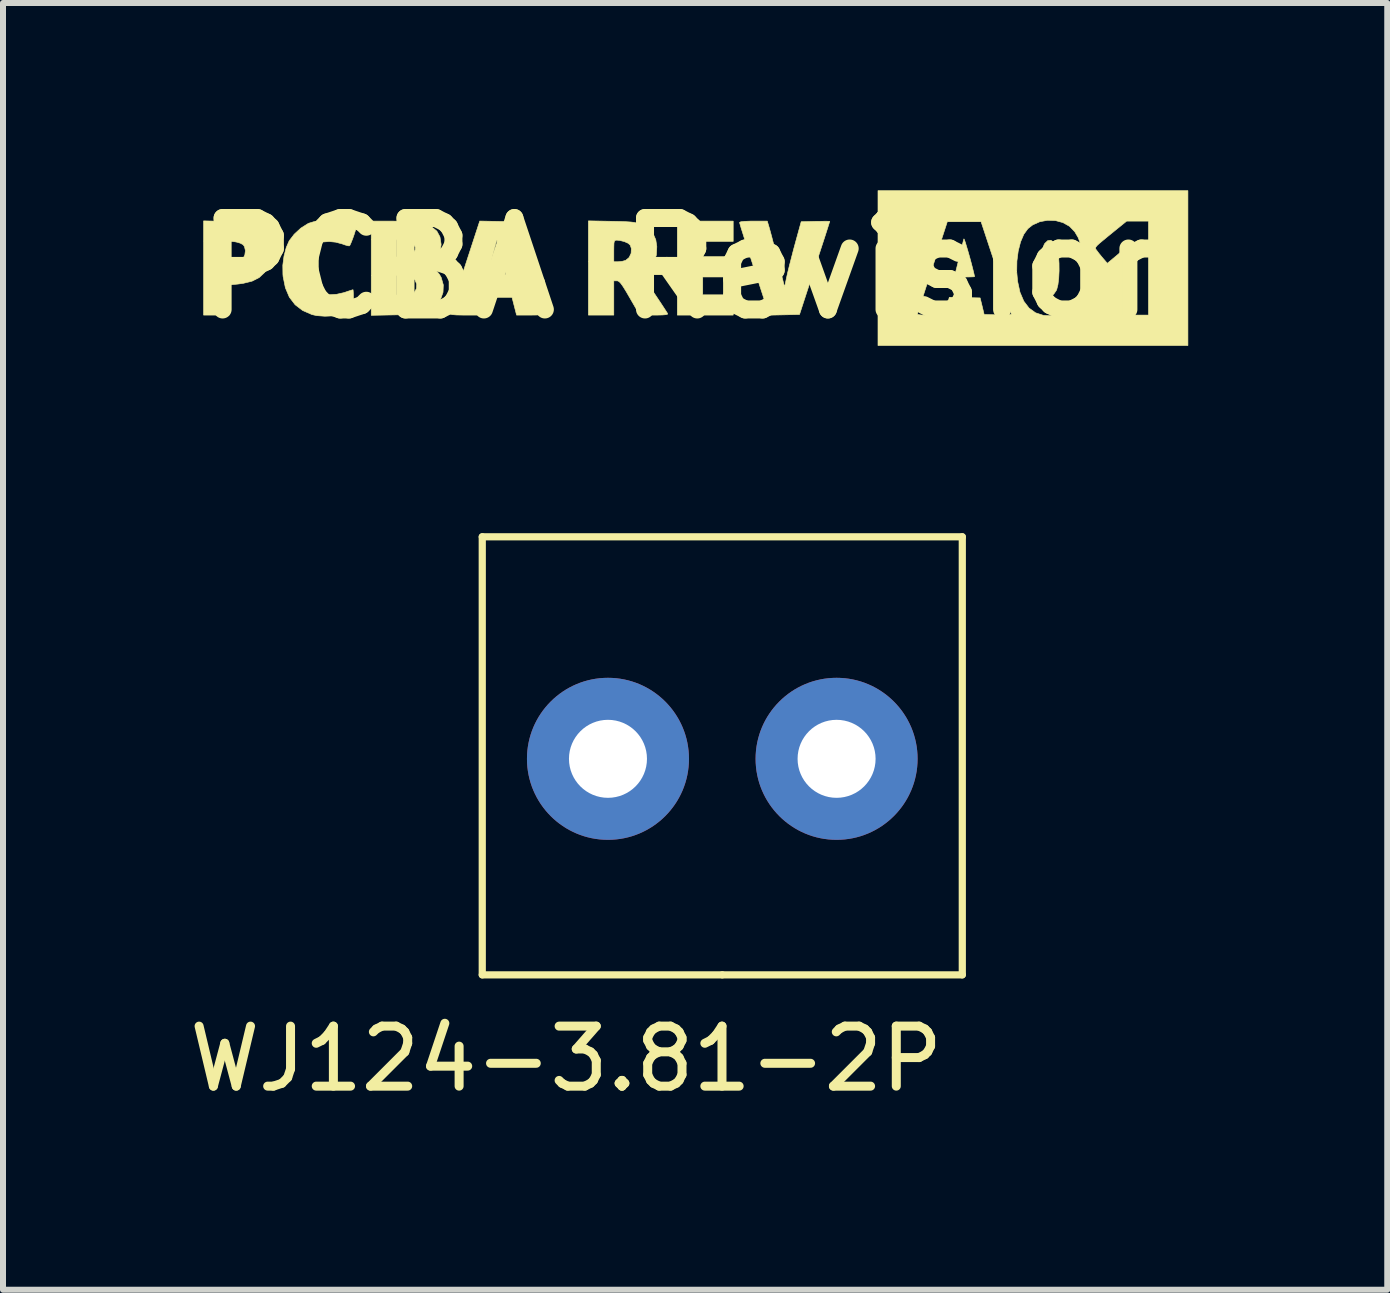
<source format=kicad_pcb>
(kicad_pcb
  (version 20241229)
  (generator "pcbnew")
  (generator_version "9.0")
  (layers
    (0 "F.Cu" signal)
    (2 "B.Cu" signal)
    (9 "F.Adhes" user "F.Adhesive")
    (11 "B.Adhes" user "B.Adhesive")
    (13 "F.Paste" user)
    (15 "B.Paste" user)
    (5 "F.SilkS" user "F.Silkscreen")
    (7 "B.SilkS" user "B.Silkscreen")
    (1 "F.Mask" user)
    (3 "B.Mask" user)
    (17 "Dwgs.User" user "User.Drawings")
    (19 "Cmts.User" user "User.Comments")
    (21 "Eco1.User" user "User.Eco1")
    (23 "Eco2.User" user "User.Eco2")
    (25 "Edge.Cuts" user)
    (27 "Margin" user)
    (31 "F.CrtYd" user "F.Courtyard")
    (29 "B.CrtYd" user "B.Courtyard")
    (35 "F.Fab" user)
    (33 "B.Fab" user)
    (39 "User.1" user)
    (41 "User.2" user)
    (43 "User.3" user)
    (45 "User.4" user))
  (footprint "WJ124-3.81-2P"
    (layer "F.Cu")
    (at 8.987 9.596)
    (property "Reference" "WJ124-3.81-2P" (at -2.6 5 0) (layer "F.SilkS") (effects (font (size 1 1) (thickness 0.15))))
    (attr through_hole)
    (fp_line (start -4 -3.7) (end 4 -3.7) (stroke (width 0.12) (type solid)) (layer "F.SilkS"))
    (fp_line (start -4 3.6) (end -4 -3.7) (stroke (width 0.12) (type solid)) (layer "F.SilkS"))
    (fp_line (start 0 3.6) (end -4 3.6) (stroke (width 0.12) (type solid)) (layer "F.SilkS"))
    (fp_line (start 0 3.6) (end 4 3.6) (stroke (width 0.12) (type solid)) (layer "F.SilkS"))
    (fp_line (start 4 3.6) (end 4 -3.7) (stroke (width 0.12) (type solid)) (layer "F.SilkS"))
    (pad "1" thru_hole circle (at -1.905 0) (size 2.7 2.7) (drill 1.3) (layers "*.Cu" "*.Mask"))
    (pad "2" thru_hole circle (at 1.905 0 180) (size 2.7 2.7) (drill 1.3) (layers "*.Cu" "*.Mask")))
  (footprint "PCBA Revision"
    (layer "F.Cu")
    (at 8.534 1.418)
    (property "Reference" "PCBA Revision" (at 0 0 0) (layer "F.SilkS") (effects (font (size 1.524 1.524) (thickness 0.3))))
    (attr through_hole)
    (fp_poly (pts (xy 0.635 -0.445) (xy 0.127 -0.445) (xy 0.127 -0.191) (xy 0.593 -0.191) (xy 0.593 0.148) (xy 0.127 0.148) (xy 0.127 0.445) (xy 0.635 0.445) (xy 0.635 0.783) (xy -0.296 0.783) (xy -0.296 -0.783) (xy 0.635 -0.783) (xy 0.635 -0.445)) (stroke (width 0.01) (type solid)) (fill yes) (layer "F.SilkS"))
    (fp_poly (pts (xy 5.98 -0.432) (xy 6.021 -0.37) (xy 6.043 -0.3) (xy 6.057 -0.199) (xy 6.065 -0.08) (xy 6.066 0.047) (xy 6.06 0.169) (xy 6.047 0.276) (xy 6.027 0.355) (xy 6.021 0.37) (xy 5.975 0.437) (xy 5.923 0.465) (xy 5.87 0.454) (xy 5.827 0.41) (xy 5.813 0.382) (xy 5.803 0.347) (xy 5.796 0.297) (xy 5.792 0.226) (xy 5.79 0.125) (xy 5.789 0) (xy 5.79 -0.134) (xy 5.792 -0.232) (xy 5.796 -0.302) (xy 5.803 -0.35) (xy 5.814 -0.385) (xy 5.827 -0.41) (xy 5.876 -0.457) (xy 5.928 -0.464) (xy 5.98 -0.432)) (stroke (width 0.01) (type solid)) (fill yes) (layer "F.SilkS"))
    (fp_poly (pts (xy 4.487 -0.475) (xy 4.503 -0.43) (xy 4.524 -0.36) (xy 4.55 -0.273) (xy 4.577 -0.178) (xy 4.603 -0.082) (xy 4.626 0.007) (xy 4.644 0.08) (xy 4.655 0.129) (xy 4.656 0.143) (xy 4.637 0.145) (xy 4.585 0.147) (xy 4.511 0.148) (xy 4.485 0.148) (xy 4.401 0.147) (xy 4.351 0.144) (xy 4.328 0.135) (xy 4.325 0.12) (xy 4.328 0.111) (xy 4.338 0.077) (xy 4.356 0.011) (xy 4.378 -0.078) (xy 4.403 -0.18) (xy 4.405 -0.191) (xy 4.43 -0.293) (xy 4.452 -0.382) (xy 4.469 -0.449) (xy 4.479 -0.485) (xy 4.48 -0.487) (xy 4.487 -0.475)) (stroke (width 0.01) (type solid)) (fill yes) (layer "F.SilkS"))
    (fp_poly (pts (xy -7.805 -0.778) (xy -7.65 -0.774) (xy -7.53 -0.767) (xy -7.438 -0.757) (xy -7.366 -0.742) (xy -7.309 -0.72) (xy -7.257 -0.69) (xy -7.206 -0.65) (xy -7.202 -0.646) (xy -7.136 -0.566) (xy -7.09 -0.459) (xy -7.066 -0.335) (xy -7.066 -0.207) (xy -7.09 -0.085) (xy -7.107 -0.039) (xy -7.174 0.072) (xy -7.264 0.157) (xy -7.382 0.217) (xy -7.531 0.254) (xy -7.619 0.266) (xy -7.768 0.281) (xy -7.768 0.783) (xy -8.191 0.783) (xy -8.191 -0.085) (xy -7.768 -0.085) (xy -7.706 -0.085) (xy -7.64 -0.093) (xy -7.592 -0.108) (xy -7.537 -0.153) (xy -7.504 -0.219) (xy -7.494 -0.292) (xy -7.51 -0.359) (xy -7.534 -0.391) (xy -7.581 -0.416) (xy -7.648 -0.435) (xy -7.672 -0.439) (xy -7.768 -0.45) (xy -7.768 -0.085) (xy -8.191 -0.085) (xy -8.191 -0.787) (xy -7.805 -0.778)) (stroke (width 0.01) (type solid)) (fill yes) (layer "F.SilkS"))
    (fp_poly (pts (xy 1.236 -0.672) (xy 1.251 -0.618) (xy 1.275 -0.53) (xy 1.304 -0.418) (xy 1.337 -0.29) (xy 1.372 -0.152) (xy 1.38 -0.123) (xy 1.491 0.315) (xy 1.528 0.142) (xy 1.546 0.062) (xy 1.573 -0.047) (xy 1.606 -0.175) (xy 1.641 -0.31) (xy 1.666 -0.402) (xy 1.768 -0.773) (xy 2.006 -0.779) (xy 2.101 -0.78) (xy 2.177 -0.781) (xy 2.228 -0.78) (xy 2.244 -0.778) (xy 2.237 -0.757) (xy 2.219 -0.7) (xy 2.191 -0.612) (xy 2.154 -0.497) (xy 2.109 -0.359) (xy 2.058 -0.203) (xy 2.003 -0.033) (xy 1.992 0.001) (xy 1.74 0.773) (xy 1.237 0.784) (xy 0.989 0.024) (xy 0.933 -0.148) (xy 0.882 -0.307) (xy 0.836 -0.449) (xy 0.798 -0.57) (xy 0.768 -0.665) (xy 0.749 -0.73) (xy 0.741 -0.759) (xy 0.741 -0.76) (xy 0.761 -0.772) (xy 0.823 -0.779) (xy 0.926 -0.783) (xy 0.972 -0.783) (xy 1.203 -0.783) (xy 1.236 -0.672)) (stroke (width 0.01) (type solid)) (fill yes) (layer "F.SilkS"))
    (fp_poly (pts (xy -3.018 -0.773) (xy -2.77 -0.021) (xy -2.713 0.149) (xy -2.662 0.308) (xy -2.616 0.449) (xy -2.577 0.57) (xy -2.547 0.664) (xy -2.528 0.728) (xy -2.52 0.756) (xy -2.52 0.757) (xy -2.532 0.769) (xy -2.571 0.777) (xy -2.643 0.782) (xy -2.747 0.783) (xy -2.975 0.783) (xy -3.013 0.635) (xy -3.051 0.487) (xy -3.551 0.487) (xy -3.589 0.635) (xy -3.628 0.783) (xy -3.856 0.783) (xy -3.974 0.781) (xy -4.049 0.775) (xy -4.083 0.764) (xy -4.085 0.76) (xy -4.079 0.735) (xy -4.061 0.675) (xy -4.032 0.583) (xy -3.995 0.465) (xy -3.95 0.325) (xy -3.899 0.167) (xy -3.888 0.132) (xy -3.451 0.132) (xy -3.451 0.132) (xy -3.431 0.143) (xy -3.383 0.148) (xy -3.319 0.149) (xy -3.251 0.146) (xy -3.193 0.139) (xy -3.158 0.128) (xy -3.153 0.122) (xy -3.158 0.09) (xy -3.171 0.029) (xy -3.19 -0.052) (xy -3.212 -0.145) (xy -3.236 -0.24) (xy -3.26 -0.328) (xy -3.28 -0.401) (xy -3.295 -0.45) (xy -3.302 -0.465) (xy -3.31 -0.446) (xy -3.325 -0.395) (xy -3.345 -0.32) (xy -3.368 -0.23) (xy -3.392 -0.134) (xy -3.414 -0.041) (xy -3.433 0.04) (xy -3.446 0.1) (xy -3.451 0.132) (xy -3.888 0.132) (xy -3.844 -0.003) (xy -3.837 -0.024) (xy -3.589 -0.784) (xy -3.018 -0.773)) (stroke (width 0.01) (type solid)) (fill yes) (layer "F.SilkS"))
    (fp_poly (pts (xy -1.392 -0.78) (xy -1.253 -0.777) (xy -1.149 -0.773) (xy -1.072 -0.768) (xy -1.015 -0.761) (xy -0.969 -0.75) (xy -0.927 -0.735) (xy -0.887 -0.717) (xy -0.774 -0.651) (xy -0.699 -0.572) (xy -0.655 -0.472) (xy -0.638 -0.358) (xy -0.646 -0.216) (xy -0.687 -0.097) (xy -0.764 0.005) (xy -0.881 0.095) (xy -0.885 0.098) (xy -0.876 0.116) (xy -0.847 0.163) (xy -0.802 0.235) (xy -0.744 0.324) (xy -0.683 0.416) (xy -0.614 0.519) (xy -0.553 0.611) (xy -0.504 0.686) (xy -0.471 0.737) (xy -0.458 0.757) (xy -0.46 0.769) (xy -0.487 0.776) (xy -0.544 0.781) (xy -0.635 0.783) (xy -0.682 0.783) (xy -0.922 0.783) (xy -1.087 0.497) (xy -1.151 0.387) (xy -1.2 0.308) (xy -1.236 0.257) (xy -1.264 0.227) (xy -1.287 0.214) (xy -1.303 0.212) (xy -1.355 0.212) (xy -1.355 0.783) (xy -1.778 0.783) (xy -1.778 -0.286) (xy -1.355 -0.286) (xy -1.355 -0.106) (xy -1.282 -0.106) (xy -1.214 -0.113) (xy -1.157 -0.129) (xy -1.099 -0.177) (xy -1.066 -0.247) (xy -1.062 -0.326) (xy -1.08 -0.381) (xy -1.116 -0.414) (xy -1.179 -0.442) (xy -1.255 -0.461) (xy -1.307 -0.466) (xy -1.33 -0.463) (xy -1.344 -0.451) (xy -1.352 -0.419) (xy -1.354 -0.361) (xy -1.355 -0.286) (xy -1.778 -0.286) (xy -1.778 -0.787) (xy -1.392 -0.78)) (stroke (width 0.01) (type solid)) (fill yes) (layer "F.SilkS"))
    (fp_poly (pts (xy -5.968 -0.79) (xy -5.847 -0.772) (xy -5.779 -0.754) (xy -5.713 -0.73) (xy -5.664 -0.71) (xy -5.647 -0.701) (xy -5.648 -0.677) (xy -5.661 -0.627) (xy -5.682 -0.56) (xy -5.707 -0.489) (xy -5.732 -0.426) (xy -5.752 -0.382) (xy -5.76 -0.371) (xy -5.784 -0.372) (xy -5.834 -0.386) (xy -5.881 -0.403) (xy -5.989 -0.432) (xy -6.1 -0.443) (xy -6.2 -0.435) (xy -6.261 -0.415) (xy -6.306 -0.379) (xy -6.353 -0.321) (xy -6.371 -0.293) (xy -6.397 -0.243) (xy -6.412 -0.193) (xy -6.421 -0.132) (xy -6.424 -0.045) (xy -6.424 0) (xy -6.417 0.142) (xy -6.396 0.251) (xy -6.357 0.331) (xy -6.299 0.39) (xy -6.278 0.405) (xy -6.197 0.434) (xy -6.092 0.444) (xy -5.972 0.436) (xy -5.852 0.409) (xy -5.831 0.402) (xy -5.766 0.38) (xy -5.718 0.365) (xy -5.701 0.36) (xy -5.698 0.379) (xy -5.695 0.431) (xy -5.694 0.506) (xy -5.694 0.537) (xy -5.694 0.624) (xy -5.698 0.678) (xy -5.708 0.709) (xy -5.726 0.726) (xy -5.752 0.738) (xy -5.877 0.775) (xy -6.022 0.796) (xy -6.17 0.802) (xy -6.307 0.792) (xy -6.386 0.774) (xy -6.541 0.706) (xy -6.666 0.61) (xy -6.762 0.484) (xy -6.828 0.328) (xy -6.866 0.141) (xy -6.869 0.103) (xy -6.871 -0.047) (xy -6.851 -0.2) (xy -6.814 -0.342) (xy -6.765 -0.454) (xy -6.681 -0.564) (xy -6.572 -0.665) (xy -6.452 -0.741) (xy -6.437 -0.748) (xy -6.348 -0.775) (xy -6.232 -0.791) (xy -6.1 -0.796) (xy -5.968 -0.79)) (stroke (width 0.01) (type solid)) (fill yes) (layer "F.SilkS"))
    (fp_poly (pts (xy -4.872 -0.781) (xy -4.729 -0.774) (xy -4.616 -0.762) (xy -4.524 -0.742) (xy -4.447 -0.715) (xy -4.39 -0.687) (xy -4.304 -0.616) (xy -4.252 -0.52) (xy -4.233 -0.399) (xy -4.233 -0.388) (xy -4.25 -0.269) (xy -4.298 -0.17) (xy -4.372 -0.097) (xy -4.375 -0.095) (xy -4.427 -0.058) (xy -4.443 -0.032) (xy -4.422 -0.021) (xy -4.416 -0.021) (xy -4.368 -0.004) (xy -4.312 0.042) (xy -4.261 0.105) (xy -4.231 0.157) (xy -4.196 0.281) (xy -4.201 0.404) (xy -4.242 0.519) (xy -4.319 0.621) (xy -4.428 0.704) (xy -4.461 0.722) (xy -4.499 0.739) (xy -4.537 0.752) (xy -4.582 0.761) (xy -4.643 0.768) (xy -4.724 0.773) (xy -4.834 0.776) (xy -4.979 0.779) (xy -4.979 0.779) (xy -5.397 0.787) (xy -5.397 0.445) (xy -4.974 0.445) (xy -4.847 0.445) (xy -4.766 0.441) (xy -4.713 0.427) (xy -4.678 0.402) (xy -4.643 0.34) (xy -4.64 0.265) (xy -4.67 0.195) (xy -4.675 0.189) (xy -4.708 0.16) (xy -4.757 0.142) (xy -4.833 0.132) (xy -4.844 0.131) (xy -4.974 0.122) (xy -4.974 0.445) (xy -5.397 0.445) (xy -5.397 -0.191) (xy -4.974 -0.191) (xy -4.859 -0.191) (xy -4.788 -0.194) (xy -4.744 -0.206) (xy -4.711 -0.234) (xy -4.701 -0.246) (xy -4.665 -0.302) (xy -4.662 -0.348) (xy -4.691 -0.397) (xy -4.694 -0.401) (xy -4.734 -0.432) (xy -4.799 -0.452) (xy -4.852 -0.459) (xy -4.974 -0.472) (xy -4.974 -0.191) (xy -5.397 -0.191) (xy -5.397 -0.783) (xy -5.049 -0.783) (xy -4.872 -0.781)) (stroke (width 0.01) (type solid)) (fill yes) (layer "F.SilkS"))
    (fp_poly (pts (xy 8.213 1.291) (xy 3.048 1.291) (xy 3.048 0.767) (xy 3.705 0.767) (xy 3.724 0.776) (xy 3.774 0.782) (xy 3.846 0.784) (xy 3.928 0.784) (xy 4.012 0.781) (xy 4.085 0.775) (xy 4.137 0.767) (xy 4.159 0.757) (xy 4.169 0.723) (xy 4.187 0.663) (xy 4.202 0.608) (xy 4.237 0.486) (xy 4.493 0.491) (xy 4.75 0.497) (xy 4.784 0.635) (xy 4.817 0.773) (xy 5.044 0.779) (xy 5.136 0.78) (xy 5.21 0.778) (xy 5.257 0.773) (xy 5.27 0.768) (xy 5.264 0.745) (xy 5.245 0.686) (xy 5.216 0.596) (xy 5.179 0.479) (xy 5.133 0.34) (xy 5.082 0.184) (xy 5.041 0.06) (xy 5.36 0.06) (xy 5.374 0.218) (xy 5.414 0.402) (xy 5.478 0.552) (xy 5.565 0.666) (xy 5.674 0.745) (xy 5.806 0.788) (xy 5.96 0.795) (xy 5.975 0.794) (xy 6.059 0.781) (xy 6.14 0.758) (xy 6.176 0.743) (xy 6.285 0.665) (xy 6.369 0.554) (xy 6.429 0.411) (xy 6.464 0.234) (xy 6.474 0.023) (xy 6.471 -0.083) (xy 6.456 -0.253) (xy 6.44 -0.334) (xy 6.672 -0.334) (xy 6.675 -0.32) (xy 6.686 -0.304) (xy 6.694 -0.294) (xy 6.729 -0.247) (xy 6.777 -0.188) (xy 6.799 -0.162) (xy 6.87 -0.08) (xy 7.002 -0.19) (xy 7.133 -0.3) (xy 7.133 0.783) (xy 7.556 0.783) (xy 7.556 -0.783) (xy 7.192 -0.783) (xy 6.998 -0.626) (xy 6.884 -0.533) (xy 6.799 -0.463) (xy 6.738 -0.412) (xy 6.699 -0.376) (xy 6.679 -0.351) (xy 6.672 -0.334) (xy 6.44 -0.334) (xy 6.428 -0.391) (xy 6.384 -0.509) (xy 6.327 -0.606) (xy 6.241 -0.696) (xy 6.131 -0.758) (xy 6.006 -0.792) (xy 5.874 -0.797) (xy 5.745 -0.773) (xy 5.626 -0.72) (xy 5.546 -0.657) (xy 5.478 -0.563) (xy 5.424 -0.437) (xy 5.385 -0.285) (xy 5.363 -0.117) (xy 5.36 0.06) (xy 5.041 0.06) (xy 5.026 0.014) (xy 5.018 -0.011) (xy 4.766 -0.773) (xy 4.203 -0.773) (xy 3.955 -0.011) (xy 3.899 0.161) (xy 3.847 0.32) (xy 3.802 0.461) (xy 3.763 0.581) (xy 3.733 0.675) (xy 3.714 0.738) (xy 3.705 0.766) (xy 3.705 0.767) (xy 3.048 0.767) (xy 3.048 -1.291) (xy 8.213 -1.291) (xy 8.213 1.291)) (stroke (width 0.01) (type solid)) (fill yes) (layer "F.SilkS")))
  (gr_rect
    (start -3 -3)
    (end 20.069 18.444)
    (stroke (width 0.1) (type default))
    (fill no)
    (layer "Edge.Cuts")))
</source>
